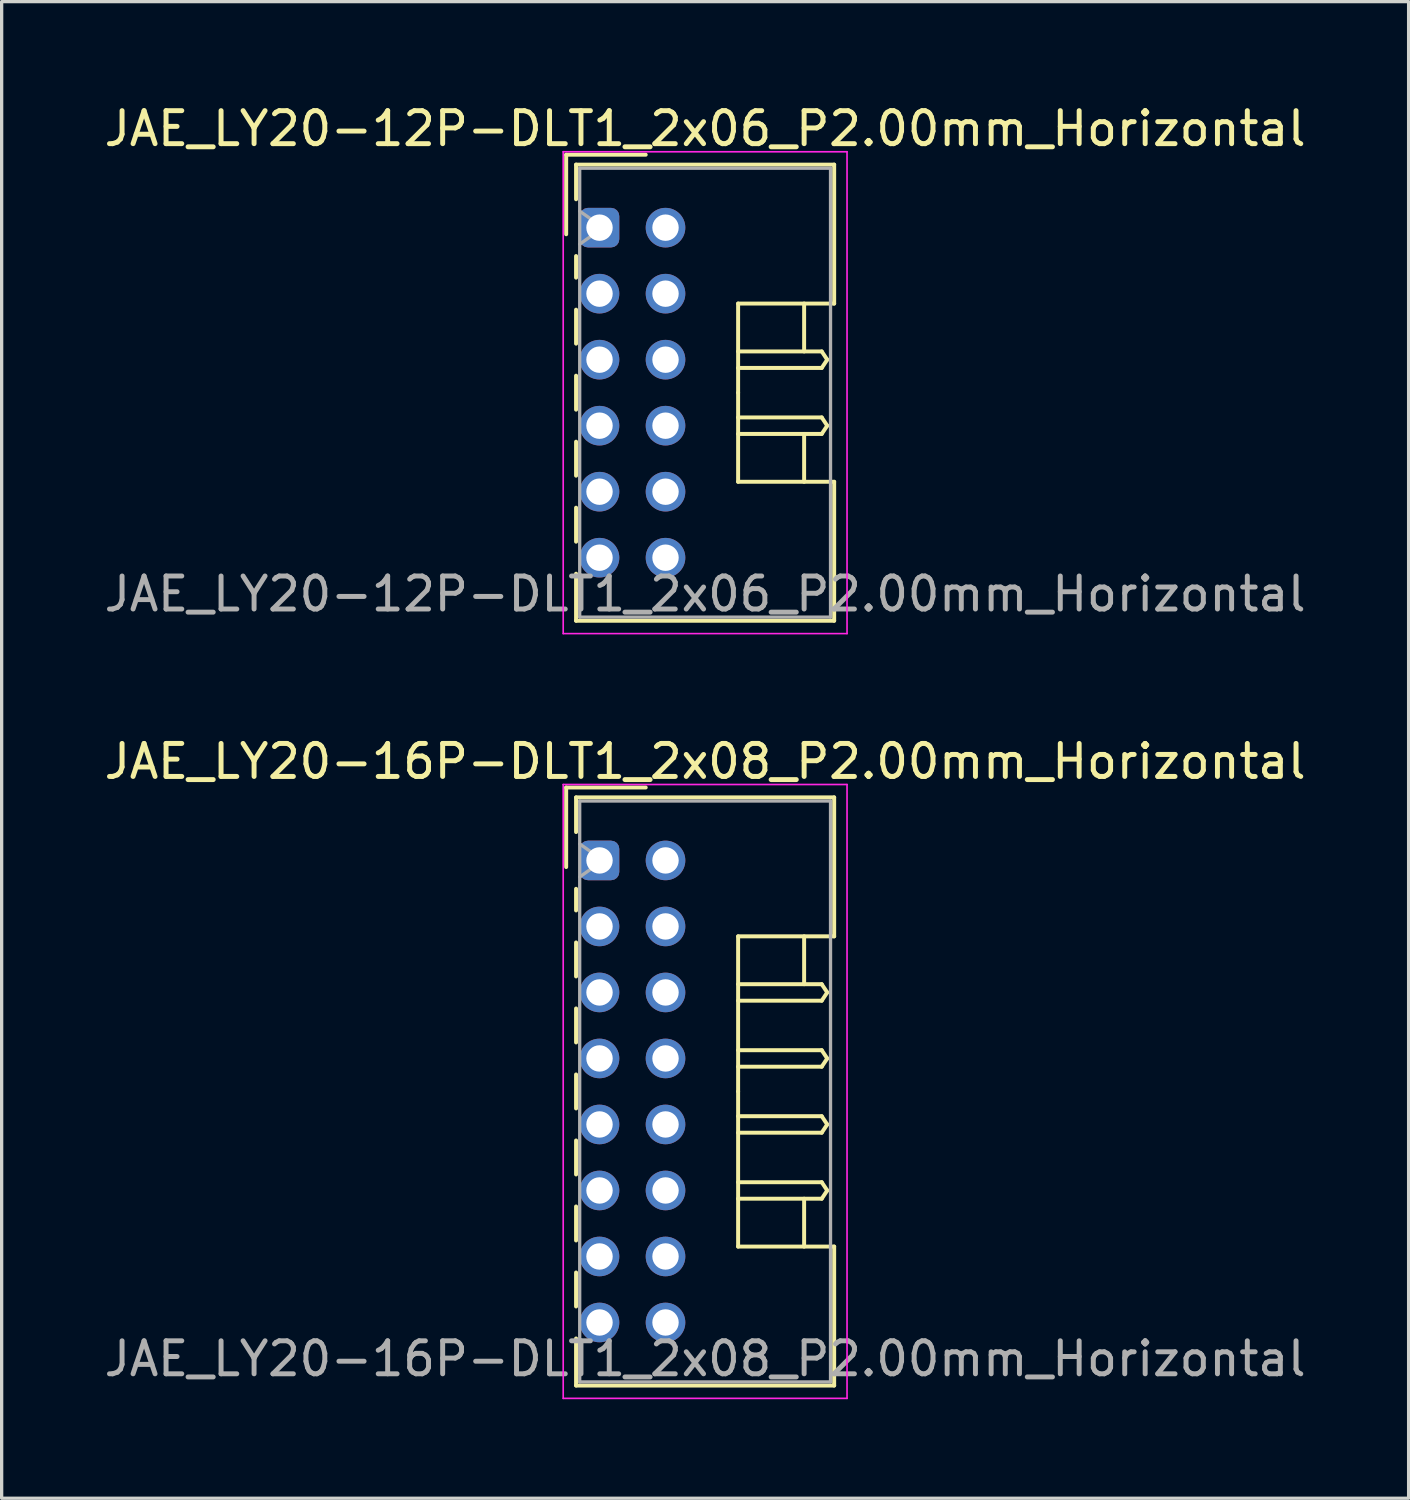
<source format=kicad_pcb>
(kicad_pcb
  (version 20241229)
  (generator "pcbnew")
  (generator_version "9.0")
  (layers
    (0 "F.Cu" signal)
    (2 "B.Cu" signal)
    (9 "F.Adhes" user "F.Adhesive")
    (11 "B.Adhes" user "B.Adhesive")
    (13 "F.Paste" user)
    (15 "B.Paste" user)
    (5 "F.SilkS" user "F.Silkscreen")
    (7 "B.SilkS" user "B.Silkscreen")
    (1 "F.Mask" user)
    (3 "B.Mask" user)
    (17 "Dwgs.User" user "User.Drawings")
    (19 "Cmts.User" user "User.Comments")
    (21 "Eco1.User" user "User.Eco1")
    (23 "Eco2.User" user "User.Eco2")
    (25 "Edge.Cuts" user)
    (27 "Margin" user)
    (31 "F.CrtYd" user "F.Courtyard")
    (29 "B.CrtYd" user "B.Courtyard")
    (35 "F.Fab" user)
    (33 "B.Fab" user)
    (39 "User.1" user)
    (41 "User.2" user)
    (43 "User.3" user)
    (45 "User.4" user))
  (footprint "JAE_LY20-16P-DLT1_2x08_P2.00mm_Horizontal"
    (layer "F.Cu")
    (at 15.115 23.021)
    (property "Reference" "JAE_LY20-16P-DLT1_2x08_P2.00mm_Horizontal" (at 3.2 -3 0) (layer "F.SilkS") (effects (font (size 1 1) (thickness 0.15))))
    (attr through_hole)
    (fp_line (start -1.01 -2.21) (end -1.01 0.2) (stroke (width 0.12) (type solid)) (layer "F.SilkS"))
    (fp_line (start -0.71 -1.91) (end -0.71 -0.86) (stroke (width 0.12) (type solid)) (layer "F.SilkS"))
    (fp_line (start -0.71 -1.91) (end 7.11 -1.91) (stroke (width 0.12) (type solid)) (layer "F.SilkS"))
    (fp_line (start -0.71 0.86) (end -0.71 1.515) (stroke (width 0.12) (type solid)) (layer "F.SilkS"))
    (fp_line (start -0.71 2.485) (end -0.71 3.515) (stroke (width 0.12) (type solid)) (layer "F.SilkS"))
    (fp_line (start -0.71 4.485) (end -0.71 5.515) (stroke (width 0.12) (type solid)) (layer "F.SilkS"))
    (fp_line (start -0.71 6.485) (end -0.71 7.515) (stroke (width 0.12) (type solid)) (layer "F.SilkS"))
    (fp_line (start -0.71 8.485) (end -0.71 9.515) (stroke (width 0.12) (type solid)) (layer "F.SilkS"))
    (fp_line (start -0.71 10.485) (end -0.71 11.515) (stroke (width 0.12) (type solid)) (layer "F.SilkS"))
    (fp_line (start -0.71 12.485) (end -0.71 13.515) (stroke (width 0.12) (type solid)) (layer "F.SilkS"))
    (fp_line (start -0.71 14.485) (end -0.71 15.91) (stroke (width 0.12) (type solid)) (layer "F.SilkS"))
    (fp_line (start -0.71 15.91) (end 7.11 15.91) (stroke (width 0.12) (type solid)) (layer "F.SilkS"))
    (fp_line (start 1.4 -2.21) (end -1.01 -2.21) (stroke (width 0.12) (type solid)) (layer "F.SilkS"))
    (fp_line (start 4.2 2.3) (end 4.2 7) (stroke (width 0.12) (type solid)) (layer "F.SilkS"))
    (fp_line (start 4.2 3.75) (end 6.733 3.75) (stroke (width 0.12) (type solid)) (layer "F.SilkS"))
    (fp_line (start 4.2 5.75) (end 6.733 5.75) (stroke (width 0.12) (type solid)) (layer "F.SilkS"))
    (fp_line (start 4.2 7.75) (end 6.733 7.75) (stroke (width 0.12) (type solid)) (layer "F.SilkS"))
    (fp_line (start 4.2 9.75) (end 6.733 9.75) (stroke (width 0.12) (type solid)) (layer "F.SilkS"))
    (fp_line (start 4.2 11.7) (end 4.2 7) (stroke (width 0.12) (type solid)) (layer "F.SilkS"))
    (fp_line (start 6.2 2.3) (end 6.2 3.75) (stroke (width 0.12) (type solid)) (layer "F.SilkS"))
    (fp_line (start 6.2 11.7) (end 6.2 10.25) (stroke (width 0.12) (type solid)) (layer "F.SilkS"))
    (fp_line (start 6.733 3.75) (end 6.9 4) (stroke (width 0.12) (type solid)) (layer "F.SilkS"))
    (fp_line (start 6.733 4.25) (end 4.2 4.25) (stroke (width 0.12) (type solid)) (layer "F.SilkS"))
    (fp_line (start 6.733 5.75) (end 6.9 6) (stroke (width 0.12) (type solid)) (layer "F.SilkS"))
    (fp_line (start 6.733 6.25) (end 4.2 6.25) (stroke (width 0.12) (type solid)) (layer "F.SilkS"))
    (fp_line (start 6.733 7.75) (end 6.9 8) (stroke (width 0.12) (type solid)) (layer "F.SilkS"))
    (fp_line (start 6.733 8.25) (end 4.2 8.25) (stroke (width 0.12) (type solid)) (layer "F.SilkS"))
    (fp_line (start 6.733 9.75) (end 6.9 10) (stroke (width 0.12) (type solid)) (layer "F.SilkS"))
    (fp_line (start 6.733 10.25) (end 4.2 10.25) (stroke (width 0.12) (type solid)) (layer "F.SilkS"))
    (fp_line (start 6.9 4) (end 6.733 4.25) (stroke (width 0.12) (type solid)) (layer "F.SilkS"))
    (fp_line (start 6.9 6) (end 6.733 6.25) (stroke (width 0.12) (type solid)) (layer "F.SilkS"))
    (fp_line (start 6.9 8) (end 6.733 8.25) (stroke (width 0.12) (type solid)) (layer "F.SilkS"))
    (fp_line (start 6.9 10) (end 6.733 10.25) (stroke (width 0.12) (type solid)) (layer "F.SilkS"))
    (fp_line (start 7.11 -1.91) (end 7.11 2.3) (stroke (width 0.12) (type solid)) (layer "F.SilkS"))
    (fp_line (start 7.11 2.3) (end 4.2 2.3) (stroke (width 0.12) (type solid)) (layer "F.SilkS"))
    (fp_line (start 7.11 11.7) (end 4.2 11.7) (stroke (width 0.12) (type solid)) (layer "F.SilkS"))
    (fp_line (start 7.11 15.91) (end 7.11 11.7) (stroke (width 0.12) (type solid)) (layer "F.SilkS"))
    (fp_line (start -1.1 -2.3) (end -1.1 16.3) (stroke (width 0.05) (type solid)) (layer "F.CrtYd"))
    (fp_line (start -1.1 16.3) (end 7.5 16.3) (stroke (width 0.05) (type solid)) (layer "F.CrtYd"))
    (fp_line (start 7.5 -2.3) (end -1.1 -2.3) (stroke (width 0.05) (type solid)) (layer "F.CrtYd"))
    (fp_line (start 7.5 16.3) (end 7.5 -2.3) (stroke (width 0.05) (type solid)) (layer "F.CrtYd"))
    (fp_line (start -0.6 -1.8) (end -0.6 15.8) (stroke (width 0.1) (type solid)) (layer "F.Fab"))
    (fp_line (start -0.6 0.5) (end 0.107 0) (stroke (width 0.1) (type solid)) (layer "F.Fab"))
    (fp_line (start -0.6 15.8) (end 7 15.8) (stroke (width 0.1) (type solid)) (layer "F.Fab"))
    (fp_line (start 0.107 0) (end -0.6 -0.5) (stroke (width 0.1) (type solid)) (layer "F.Fab"))
    (fp_line (start 7 -1.8) (end -0.6 -1.8) (stroke (width 0.1) (type solid)) (layer "F.Fab"))
    (fp_line (start 7 15.8) (end 7 -1.8) (stroke (width 0.1) (type solid)) (layer "F.Fab"))
    (fp_text user "${REFERENCE}" (at 3.2 15.1 0) (layer "F.Fab") (effects (font (size 1 1) (thickness 0.15))))
    (pad "a1" thru_hole roundrect (at 0 0) (size 1.2 1.2) (drill 0.8) (layers "*.Cu" "*.Mask") (roundrect_rratio 0.208))
    (pad "a2" thru_hole circle (at 0 2) (size 1.2 1.2) (drill 0.8) (layers "*.Cu" "*.Mask"))
    (pad "a3" thru_hole circle (at 0 4) (size 1.2 1.2) (drill 0.8) (layers "*.Cu" "*.Mask"))
    (pad "a4" thru_hole circle (at 0 6) (size 1.2 1.2) (drill 0.8) (layers "*.Cu" "*.Mask"))
    (pad "a5" thru_hole circle (at 0 8) (size 1.2 1.2) (drill 0.8) (layers "*.Cu" "*.Mask"))
    (pad "a6" thru_hole circle (at 0 10) (size 1.2 1.2) (drill 0.8) (layers "*.Cu" "*.Mask"))
    (pad "a7" thru_hole circle (at 0 12) (size 1.2 1.2) (drill 0.8) (layers "*.Cu" "*.Mask"))
    (pad "a8" thru_hole circle (at 0 14) (size 1.2 1.2) (drill 0.8) (layers "*.Cu" "*.Mask"))
    (pad "b1" thru_hole circle (at 2 0) (size 1.2 1.2) (drill 0.8) (layers "*.Cu" "*.Mask"))
    (pad "b2" thru_hole circle (at 2 2) (size 1.2 1.2) (drill 0.8) (layers "*.Cu" "*.Mask"))
    (pad "b3" thru_hole circle (at 2 4) (size 1.2 1.2) (drill 0.8) (layers "*.Cu" "*.Mask"))
    (pad "b4" thru_hole circle (at 2 6) (size 1.2 1.2) (drill 0.8) (layers "*.Cu" "*.Mask"))
    (pad "b5" thru_hole circle (at 2 8) (size 1.2 1.2) (drill 0.8) (layers "*.Cu" "*.Mask"))
    (pad "b6" thru_hole circle (at 2 10) (size 1.2 1.2) (drill 0.8) (layers "*.Cu" "*.Mask"))
    (pad "b7" thru_hole circle (at 2 12) (size 1.2 1.2) (drill 0.8) (layers "*.Cu" "*.Mask"))
    (pad "b8" thru_hole circle (at 2 14) (size 1.2 1.2) (drill 0.8) (layers "*.Cu" "*.Mask")))
  (footprint "JAE_LY20-12P-DLT1_2x06_P2.00mm_Horizontal"
    (layer "F.Cu")
    (at 15.115 3.848)
    (property "Reference" "JAE_LY20-12P-DLT1_2x06_P2.00mm_Horizontal" (at 3.2 -3 0) (layer "F.SilkS") (effects (font (size 1 1) (thickness 0.15))))
    (attr through_hole)
    (fp_line (start -1.01 -2.21) (end -1.01 0.2) (stroke (width 0.12) (type solid)) (layer "F.SilkS"))
    (fp_line (start -0.71 -1.91) (end -0.71 -0.86) (stroke (width 0.12) (type solid)) (layer "F.SilkS"))
    (fp_line (start -0.71 -1.91) (end 7.11 -1.91) (stroke (width 0.12) (type solid)) (layer "F.SilkS"))
    (fp_line (start -0.71 0.86) (end -0.71 1.515) (stroke (width 0.12) (type solid)) (layer "F.SilkS"))
    (fp_line (start -0.71 2.485) (end -0.71 3.515) (stroke (width 0.12) (type solid)) (layer "F.SilkS"))
    (fp_line (start -0.71 4.485) (end -0.71 5.515) (stroke (width 0.12) (type solid)) (layer "F.SilkS"))
    (fp_line (start -0.71 6.485) (end -0.71 7.515) (stroke (width 0.12) (type solid)) (layer "F.SilkS"))
    (fp_line (start -0.71 8.485) (end -0.71 9.515) (stroke (width 0.12) (type solid)) (layer "F.SilkS"))
    (fp_line (start -0.71 10.485) (end -0.71 11.91) (stroke (width 0.12) (type solid)) (layer "F.SilkS"))
    (fp_line (start -0.71 11.91) (end 7.11 11.91) (stroke (width 0.12) (type solid)) (layer "F.SilkS"))
    (fp_line (start 1.4 -2.21) (end -1.01 -2.21) (stroke (width 0.12) (type solid)) (layer "F.SilkS"))
    (fp_line (start 4.2 2.3) (end 4.2 5) (stroke (width 0.12) (type solid)) (layer "F.SilkS"))
    (fp_line (start 4.2 3.75) (end 6.733 3.75) (stroke (width 0.12) (type solid)) (layer "F.SilkS"))
    (fp_line (start 4.2 5.75) (end 6.733 5.75) (stroke (width 0.12) (type solid)) (layer "F.SilkS"))
    (fp_line (start 4.2 7.7) (end 4.2 5) (stroke (width 0.12) (type solid)) (layer "F.SilkS"))
    (fp_line (start 6.2 2.3) (end 6.2 3.75) (stroke (width 0.12) (type solid)) (layer "F.SilkS"))
    (fp_line (start 6.2 7.7) (end 6.2 6.25) (stroke (width 0.12) (type solid)) (layer "F.SilkS"))
    (fp_line (start 6.733 3.75) (end 6.9 4) (stroke (width 0.12) (type solid)) (layer "F.SilkS"))
    (fp_line (start 6.733 4.25) (end 4.2 4.25) (stroke (width 0.12) (type solid)) (layer "F.SilkS"))
    (fp_line (start 6.733 5.75) (end 6.9 6) (stroke (width 0.12) (type solid)) (layer "F.SilkS"))
    (fp_line (start 6.733 6.25) (end 4.2 6.25) (stroke (width 0.12) (type solid)) (layer "F.SilkS"))
    (fp_line (start 6.9 4) (end 6.733 4.25) (stroke (width 0.12) (type solid)) (layer "F.SilkS"))
    (fp_line (start 6.9 6) (end 6.733 6.25) (stroke (width 0.12) (type solid)) (layer "F.SilkS"))
    (fp_line (start 7.11 -1.91) (end 7.11 2.3) (stroke (width 0.12) (type solid)) (layer "F.SilkS"))
    (fp_line (start 7.11 2.3) (end 4.2 2.3) (stroke (width 0.12) (type solid)) (layer "F.SilkS"))
    (fp_line (start 7.11 7.7) (end 4.2 7.7) (stroke (width 0.12) (type solid)) (layer "F.SilkS"))
    (fp_line (start 7.11 11.91) (end 7.11 7.7) (stroke (width 0.12) (type solid)) (layer "F.SilkS"))
    (fp_line (start -1.1 -2.3) (end -1.1 12.3) (stroke (width 0.05) (type solid)) (layer "F.CrtYd"))
    (fp_line (start -1.1 12.3) (end 7.5 12.3) (stroke (width 0.05) (type solid)) (layer "F.CrtYd"))
    (fp_line (start 7.5 -2.3) (end -1.1 -2.3) (stroke (width 0.05) (type solid)) (layer "F.CrtYd"))
    (fp_line (start 7.5 12.3) (end 7.5 -2.3) (stroke (width 0.05) (type solid)) (layer "F.CrtYd"))
    (fp_line (start -0.6 -1.8) (end -0.6 11.8) (stroke (width 0.1) (type solid)) (layer "F.Fab"))
    (fp_line (start -0.6 0.5) (end 0.107 0) (stroke (width 0.1) (type solid)) (layer "F.Fab"))
    (fp_line (start -0.6 11.8) (end 7 11.8) (stroke (width 0.1) (type solid)) (layer "F.Fab"))
    (fp_line (start 0.107 0) (end -0.6 -0.5) (stroke (width 0.1) (type solid)) (layer "F.Fab"))
    (fp_line (start 7 -1.8) (end -0.6 -1.8) (stroke (width 0.1) (type solid)) (layer "F.Fab"))
    (fp_line (start 7 11.8) (end 7 -1.8) (stroke (width 0.1) (type solid)) (layer "F.Fab"))
    (fp_text user "${REFERENCE}" (at 3.2 11.1 0) (layer "F.Fab") (effects (font (size 1 1) (thickness 0.15))))
    (pad "a1" thru_hole roundrect (at 0 0) (size 1.2 1.2) (drill 0.8) (layers "*.Cu" "*.Mask") (roundrect_rratio 0.208))
    (pad "a2" thru_hole circle (at 0 2) (size 1.2 1.2) (drill 0.8) (layers "*.Cu" "*.Mask"))
    (pad "a3" thru_hole circle (at 0 4) (size 1.2 1.2) (drill 0.8) (layers "*.Cu" "*.Mask"))
    (pad "a4" thru_hole circle (at 0 6) (size 1.2 1.2) (drill 0.8) (layers "*.Cu" "*.Mask"))
    (pad "a5" thru_hole circle (at 0 8) (size 1.2 1.2) (drill 0.8) (layers "*.Cu" "*.Mask"))
    (pad "a6" thru_hole circle (at 0 10) (size 1.2 1.2) (drill 0.8) (layers "*.Cu" "*.Mask"))
    (pad "b1" thru_hole circle (at 2 0) (size 1.2 1.2) (drill 0.8) (layers "*.Cu" "*.Mask"))
    (pad "b2" thru_hole circle (at 2 2) (size 1.2 1.2) (drill 0.8) (layers "*.Cu" "*.Mask"))
    (pad "b3" thru_hole circle (at 2 4) (size 1.2 1.2) (drill 0.8) (layers "*.Cu" "*.Mask"))
    (pad "b4" thru_hole circle (at 2 6) (size 1.2 1.2) (drill 0.8) (layers "*.Cu" "*.Mask"))
    (pad "b5" thru_hole circle (at 2 8) (size 1.2 1.2) (drill 0.8) (layers "*.Cu" "*.Mask"))
    (pad "b6" thru_hole circle (at 2 10) (size 1.2 1.2) (drill 0.8) (layers "*.Cu" "*.Mask")))
  (gr_rect
    (start -3 -3)
    (end 39.631 42.346)
    (stroke (width 0.1) (type default))
    (fill no)
    (layer "Edge.Cuts")))
</source>
